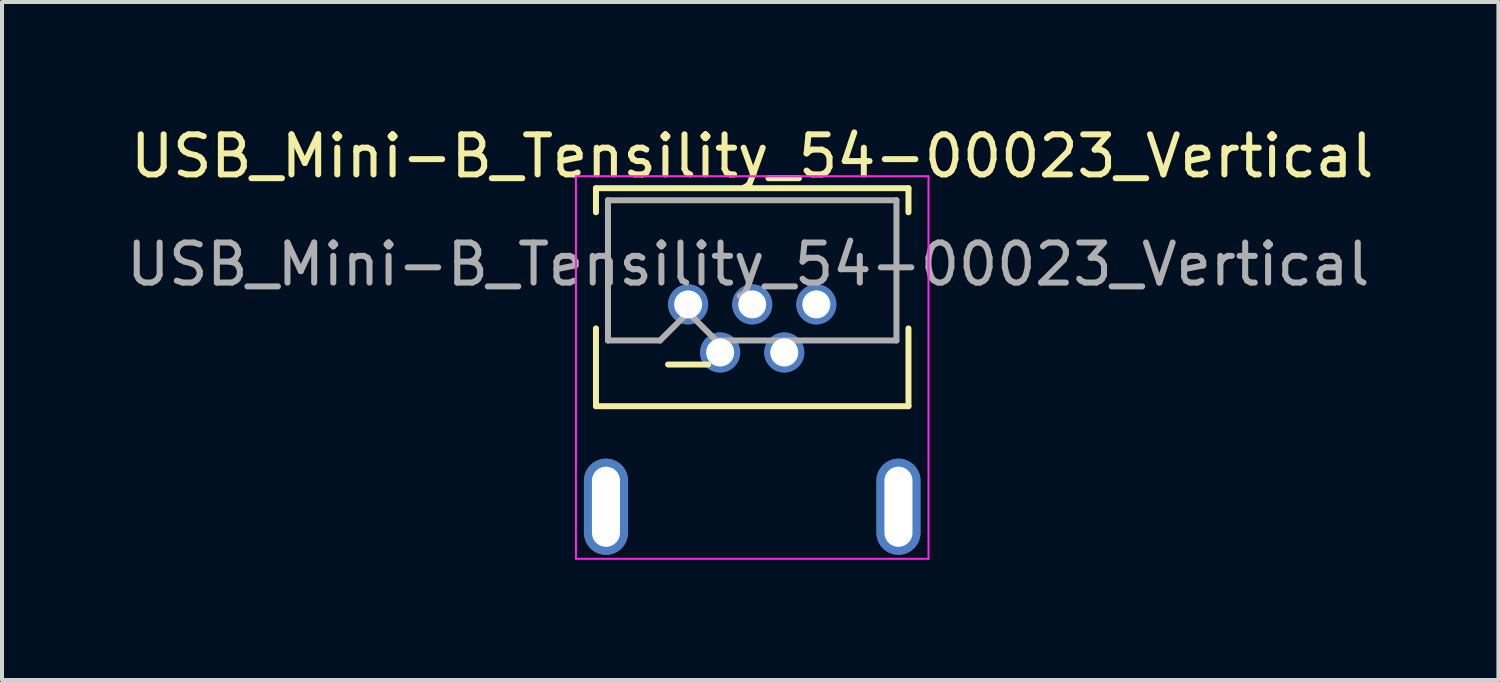
<source format=kicad_pcb>
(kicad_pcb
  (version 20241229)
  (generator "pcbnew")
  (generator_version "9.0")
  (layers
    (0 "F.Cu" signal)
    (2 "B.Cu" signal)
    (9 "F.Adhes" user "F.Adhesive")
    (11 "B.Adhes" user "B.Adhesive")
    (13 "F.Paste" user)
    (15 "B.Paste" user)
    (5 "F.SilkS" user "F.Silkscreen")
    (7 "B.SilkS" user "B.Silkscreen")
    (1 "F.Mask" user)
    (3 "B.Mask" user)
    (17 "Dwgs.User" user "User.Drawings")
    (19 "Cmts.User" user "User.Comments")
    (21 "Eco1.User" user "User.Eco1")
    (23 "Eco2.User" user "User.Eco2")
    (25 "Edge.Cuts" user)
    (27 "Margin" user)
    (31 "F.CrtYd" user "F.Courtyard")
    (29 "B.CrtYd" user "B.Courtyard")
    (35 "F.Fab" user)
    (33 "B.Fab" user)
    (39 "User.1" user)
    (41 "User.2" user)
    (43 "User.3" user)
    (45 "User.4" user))
  (footprint "USB_Mini-B_Tensility_54-00023_Vertical"
    (layer "F.Cu")
    (at 14.125 4.548)
    (property "Reference" "USB_Mini-B_Tensility_54-00023_Vertical" (at 1.6 -3.7 0) (layer "F.SilkS") (effects (font (size 1 1) (thickness 0.15))))
    (attr through_hole)
    (fp_line (start -2.3 -2.9) (end 5.5 -2.9) (stroke (width 0.15) (type solid)) (layer "F.SilkS"))
    (fp_line (start -2.3 -2.3) (end -2.3 -2.9) (stroke (width 0.15) (type solid)) (layer "F.SilkS"))
    (fp_line (start -2.3 0.6) (end -2.3 2.54) (stroke (width 0.15) (type solid)) (layer "F.SilkS"))
    (fp_line (start -2.3 2.54) (end 5.5 2.54) (stroke (width 0.15) (type solid)) (layer "F.SilkS"))
    (fp_line (start -0.5 1.5) (end 0.5 1.5) (stroke (width 0.15) (type solid)) (layer "F.SilkS"))
    (fp_line (start 5.5 -2.9) (end 5.5 -2.3) (stroke (width 0.15) (type solid)) (layer "F.SilkS"))
    (fp_line (start 5.5 2.54) (end 5.5 0.6) (stroke (width 0.15) (type solid)) (layer "F.SilkS"))
    (fp_line (start -2.8 -3.2) (end -2.8 6.35) (stroke (width 0.05) (type solid)) (layer "F.CrtYd"))
    (fp_line (start -2.8 6.35) (end 6 6.35) (stroke (width 0.05) (type solid)) (layer "F.CrtYd"))
    (fp_line (start 6 -3.2) (end -2.8 -3.2) (stroke (width 0.05) (type solid)) (layer "F.CrtYd"))
    (fp_line (start 6 6.35) (end 6 -3.2) (stroke (width 0.05) (type solid)) (layer "F.CrtYd"))
    (fp_line (start -2 0.9) (end -2 -2.6) (stroke (width 0.15) (type solid)) (layer "F.Fab"))
    (fp_line (start -2 0.9) (end -0.7 0.9) (stroke (width 0.15) (type solid)) (layer "F.Fab"))
    (fp_line (start -0.7 0.9) (end 0 0.2) (stroke (width 0.15) (type solid)) (layer "F.Fab"))
    (fp_line (start 0 0.2) (end 0.7 0.9) (stroke (width 0.15) (type solid)) (layer "F.Fab"))
    (fp_line (start 0.7 0.9) (end 5.2 0.9) (stroke (width 0.15) (type solid)) (layer "F.Fab"))
    (fp_line (start 5.2 -2.6) (end -2 -2.6) (stroke (width 0.15) (type solid)) (layer "F.Fab"))
    (fp_line (start 5.2 -2.6) (end 5.2 0.9) (stroke (width 0.15) (type solid)) (layer "F.Fab"))
    (fp_text user "${REFERENCE}" (at 1.5 -1 0) (layer "F.Fab") (effects (font (size 1 1) (thickness 0.15))))
    (pad "1" thru_hole circle (at 0 0) (size 1 1) (drill 0.7) (layers "*.Cu" "*.Mask"))
    (pad "2" thru_hole circle (at 0.8 1.2) (size 1 1) (drill 0.7) (layers "*.Cu" "*.Mask"))
    (pad "3" thru_hole circle (at 1.6 0) (size 1 1) (drill 0.7) (layers "*.Cu" "*.Mask"))
    (pad "4" thru_hole circle (at 2.4 1.2) (size 1 1) (drill 0.7) (layers "*.Cu" "*.Mask"))
    (pad "5" thru_hole circle (at 3.2 0) (size 1 1) (drill 0.7) (layers "*.Cu" "*.Mask"))
    (pad "6" thru_hole oval (at -2.05 5.05) (size 1.1 2.4) (drill oval 0.7 2) (layers "*.Cu" "*.Mask"))
    (pad "6" thru_hole oval (at 5.25 5.05) (size 1.1 2.4) (drill oval 0.7 2) (layers "*.Cu" "*.Mask")))
  (gr_rect
    (start -3 -3)
    (end 34.35 13.923)
    (stroke (width 0.1) (type default))
    (fill no)
    (layer "Edge.Cuts")))
</source>
